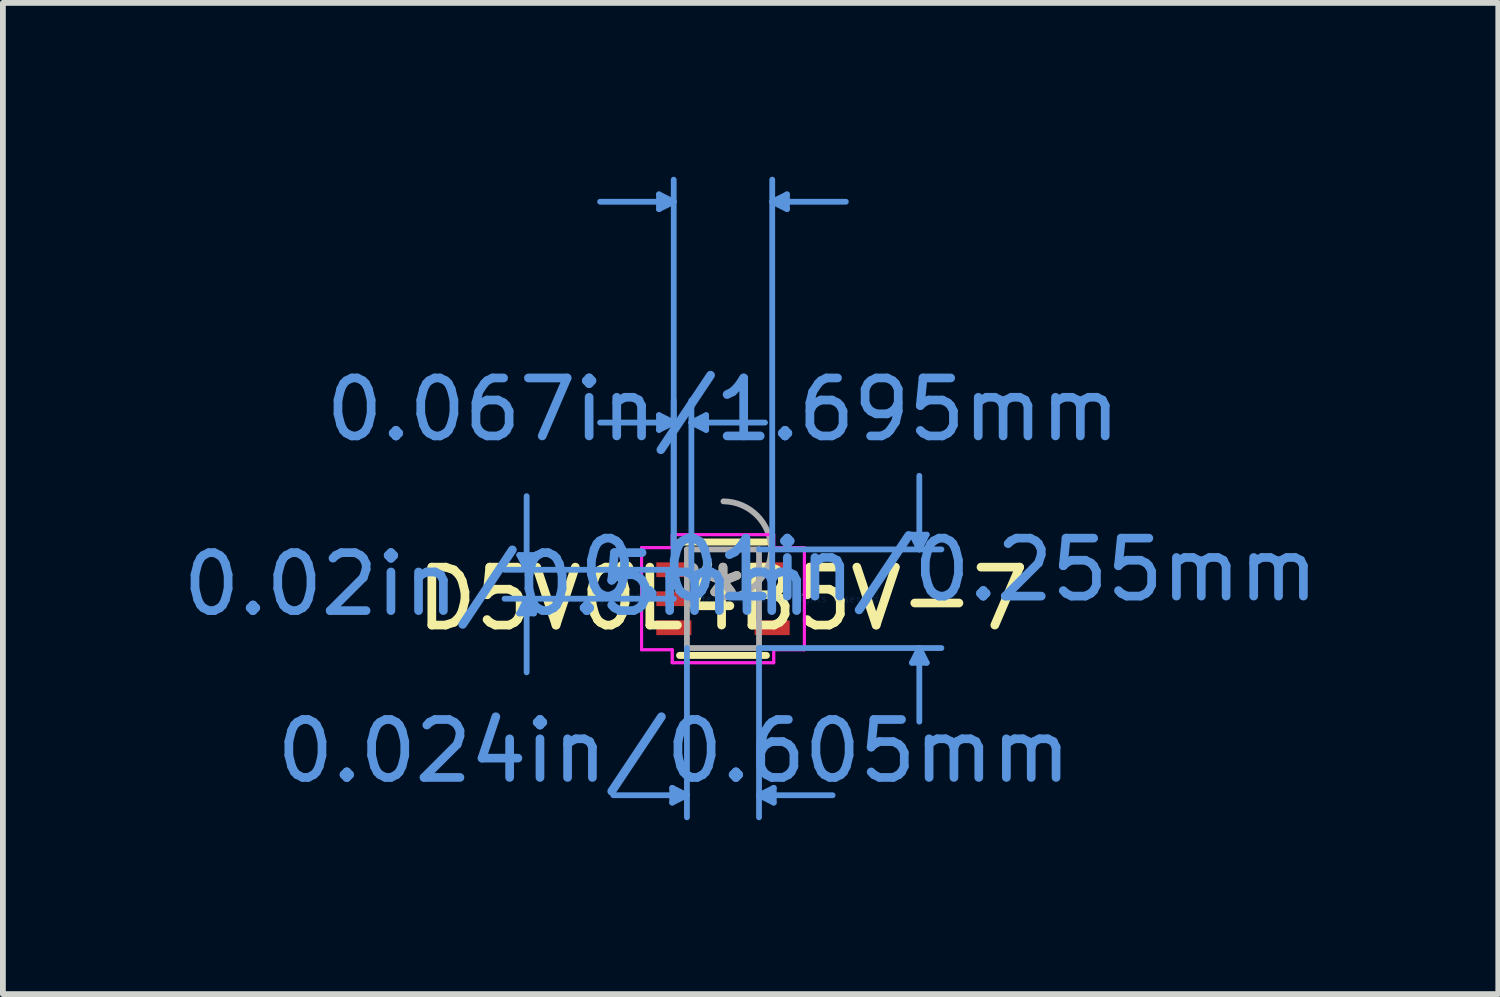
<source format=kicad_pcb>
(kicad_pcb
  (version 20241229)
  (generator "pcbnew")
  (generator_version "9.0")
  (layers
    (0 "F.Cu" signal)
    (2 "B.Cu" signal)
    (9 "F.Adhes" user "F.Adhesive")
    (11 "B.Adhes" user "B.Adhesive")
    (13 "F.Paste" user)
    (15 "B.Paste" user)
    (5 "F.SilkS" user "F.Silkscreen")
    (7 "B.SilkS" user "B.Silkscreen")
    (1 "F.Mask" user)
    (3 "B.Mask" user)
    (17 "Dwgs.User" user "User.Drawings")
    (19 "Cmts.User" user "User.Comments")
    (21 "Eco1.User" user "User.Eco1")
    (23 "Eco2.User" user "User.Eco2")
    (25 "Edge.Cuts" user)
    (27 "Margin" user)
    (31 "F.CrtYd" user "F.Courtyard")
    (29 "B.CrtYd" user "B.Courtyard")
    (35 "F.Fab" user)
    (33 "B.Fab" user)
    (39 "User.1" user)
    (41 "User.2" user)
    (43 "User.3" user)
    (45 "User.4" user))
  (footprint "D5V0L4B5V-7"
    (layer "F.Cu")
    (at 9.425 7.281)
    (property "Reference" "D5V0L4B5V-7" (at 0 0 0) (layer "F.SilkS") (effects (font (size 1 1) (thickness 0.15))))
    (attr through_hole)
    (fp_line (start -0.749 0.978) (end 0.749 0.978) (stroke (width 0.12) (type solid)) (layer "F.SilkS"))
    (fp_line (start 0.749 -0.978) (end -0.749 -0.978) (stroke (width 0.12) (type solid)) (layer "F.SilkS"))
    (fp_circle (center -1.701 -0.5) (end -1.599 -0.5) (stroke (width 0.12) (type solid)) (fill no) (layer "F.SilkS"))
    (fp_line (start -3.515 -0.754) (end -3.261 -0.754) (stroke (width 0.1) (type solid)) (layer "Cmts.User"))
    (fp_line (start -3.515 0.254) (end -3.261 0.254) (stroke (width 0.1) (type solid)) (layer "Cmts.User"))
    (fp_line (start -3.388 -0.5) (end -3.515 -0.754) (stroke (width 0.1) (type solid)) (layer "Cmts.User"))
    (fp_line (start -3.388 -0.5) (end -3.388 -1.77) (stroke (width 0.1) (type solid)) (layer "Cmts.User"))
    (fp_line (start -3.388 -0.5) (end -3.261 -0.754) (stroke (width 0.1) (type solid)) (layer "Cmts.User"))
    (fp_line (start -3.388 0) (end -3.515 0.254) (stroke (width 0.1) (type solid)) (layer "Cmts.User"))
    (fp_line (start -3.388 0) (end -3.388 1.27) (stroke (width 0.1) (type solid)) (layer "Cmts.User"))
    (fp_line (start -3.388 0) (end -3.261 0.254) (stroke (width 0.1) (type solid)) (layer "Cmts.User"))
    (fp_line (start -1.104 -6.977) (end -1.104 -6.723) (stroke (width 0.1) (type solid)) (layer "Cmts.User"))
    (fp_line (start -1.104 -3.167) (end -1.104 -2.913) (stroke (width 0.1) (type solid)) (layer "Cmts.User"))
    (fp_line (start -0.876 3.264) (end -0.876 3.518) (stroke (width 0.1) (type solid)) (layer "Cmts.User"))
    (fp_line (start -0.85 -6.85) (end -2.12 -6.85) (stroke (width 0.1) (type solid)) (layer "Cmts.User"))
    (fp_line (start -0.85 -6.85) (end -1.104 -6.977) (stroke (width 0.1) (type solid)) (layer "Cmts.User"))
    (fp_line (start -0.85 -6.85) (end -1.104 -6.723) (stroke (width 0.1) (type solid)) (layer "Cmts.User"))
    (fp_line (start -0.85 -3.04) (end -2.12 -3.04) (stroke (width 0.1) (type solid)) (layer "Cmts.User"))
    (fp_line (start -0.85 -3.04) (end -1.104 -3.167) (stroke (width 0.1) (type solid)) (layer "Cmts.User"))
    (fp_line (start -0.85 -3.04) (end -1.104 -2.913) (stroke (width 0.1) (type solid)) (layer "Cmts.User"))
    (fp_line (start -0.85 -0.5) (end -0.85 -7.231) (stroke (width 0.1) (type solid)) (layer "Cmts.User"))
    (fp_line (start -0.85 -0.5) (end -0.85 -3.421) (stroke (width 0.1) (type solid)) (layer "Cmts.User"))
    (fp_line (start -0.848 -0.5) (end -3.769 -0.5) (stroke (width 0.1) (type solid)) (layer "Cmts.User"))
    (fp_line (start -0.848 0) (end -3.769 0) (stroke (width 0.1) (type solid)) (layer "Cmts.User"))
    (fp_line (start -0.622 0.851) (end -0.622 3.772) (stroke (width 0.1) (type solid)) (layer "Cmts.User"))
    (fp_line (start -0.622 3.391) (end -1.892 3.391) (stroke (width 0.1) (type solid)) (layer "Cmts.User"))
    (fp_line (start -0.622 3.391) (end -0.876 3.264) (stroke (width 0.1) (type solid)) (layer "Cmts.User"))
    (fp_line (start -0.622 3.391) (end -0.876 3.518) (stroke (width 0.1) (type solid)) (layer "Cmts.User"))
    (fp_line (start -0.545 -3.04) (end -0.291 -3.167) (stroke (width 0.1) (type solid)) (layer "Cmts.User"))
    (fp_line (start -0.545 -3.04) (end -0.291 -2.913) (stroke (width 0.1) (type solid)) (layer "Cmts.User"))
    (fp_line (start -0.545 -3.04) (end 0.725 -3.04) (stroke (width 0.1) (type solid)) (layer "Cmts.User"))
    (fp_line (start -0.545 -0.5) (end -0.545 -3.421) (stroke (width 0.1) (type solid)) (layer "Cmts.User"))
    (fp_line (start -0.291 -3.167) (end -0.291 -2.913) (stroke (width 0.1) (type solid)) (layer "Cmts.User"))
    (fp_line (start 0.622 -0.851) (end 3.769 -0.851) (stroke (width 0.1) (type solid)) (layer "Cmts.User"))
    (fp_line (start 0.622 0.851) (end 0.622 3.772) (stroke (width 0.1) (type solid)) (layer "Cmts.User"))
    (fp_line (start 0.622 0.851) (end 3.769 0.851) (stroke (width 0.1) (type solid)) (layer "Cmts.User"))
    (fp_line (start 0.622 3.391) (end 0.876 3.264) (stroke (width 0.1) (type solid)) (layer "Cmts.User"))
    (fp_line (start 0.622 3.391) (end 0.876 3.518) (stroke (width 0.1) (type solid)) (layer "Cmts.User"))
    (fp_line (start 0.622 3.391) (end 1.892 3.391) (stroke (width 0.1) (type solid)) (layer "Cmts.User"))
    (fp_line (start 0.85 -6.85) (end 1.104 -6.977) (stroke (width 0.1) (type solid)) (layer "Cmts.User"))
    (fp_line (start 0.85 -6.85) (end 1.104 -6.723) (stroke (width 0.1) (type solid)) (layer "Cmts.User"))
    (fp_line (start 0.85 -6.85) (end 2.12 -6.85) (stroke (width 0.1) (type solid)) (layer "Cmts.User"))
    (fp_line (start 0.85 -0.5) (end 0.85 -7.231) (stroke (width 0.1) (type solid)) (layer "Cmts.User"))
    (fp_line (start 0.876 3.264) (end 0.876 3.518) (stroke (width 0.1) (type solid)) (layer "Cmts.User"))
    (fp_line (start 1.104 -6.977) (end 1.104 -6.723) (stroke (width 0.1) (type solid)) (layer "Cmts.User"))
    (fp_line (start 3.261 -1.105) (end 3.515 -1.105) (stroke (width 0.1) (type solid)) (layer "Cmts.User"))
    (fp_line (start 3.261 1.105) (end 3.515 1.105) (stroke (width 0.1) (type solid)) (layer "Cmts.User"))
    (fp_line (start 3.388 -0.851) (end 3.261 -1.105) (stroke (width 0.1) (type solid)) (layer "Cmts.User"))
    (fp_line (start 3.388 -0.851) (end 3.388 -2.121) (stroke (width 0.1) (type solid)) (layer "Cmts.User"))
    (fp_line (start 3.388 -0.851) (end 3.515 -1.105) (stroke (width 0.1) (type solid)) (layer "Cmts.User"))
    (fp_line (start 3.388 0.851) (end 3.261 1.105) (stroke (width 0.1) (type solid)) (layer "Cmts.User"))
    (fp_line (start 3.388 0.851) (end 3.388 2.121) (stroke (width 0.1) (type solid)) (layer "Cmts.User"))
    (fp_line (start 3.388 0.851) (end 3.515 1.105) (stroke (width 0.1) (type solid)) (layer "Cmts.User"))
    (fp_line (start -1.404 -0.881) (end -0.876 -0.881) (stroke (width 0.05) (type solid)) (layer "F.CrtYd"))
    (fp_line (start -1.404 -0.881) (end -0.876 -0.881) (stroke (width 0.05) (type solid)) (layer "F.CrtYd"))
    (fp_line (start -1.404 0.881) (end -1.404 -0.881) (stroke (width 0.05) (type solid)) (layer "F.CrtYd"))
    (fp_line (start -1.404 0.881) (end -1.404 -0.881) (stroke (width 0.05) (type solid)) (layer "F.CrtYd"))
    (fp_line (start -1.404 0.881) (end -0.876 0.881) (stroke (width 0.05) (type solid)) (layer "F.CrtYd"))
    (fp_line (start -0.876 -1.105) (end 0.876 -1.105) (stroke (width 0.05) (type solid)) (layer "F.CrtYd"))
    (fp_line (start -0.876 -1.105) (end 0.876 -1.105) (stroke (width 0.05) (type solid)) (layer "F.CrtYd"))
    (fp_line (start -0.876 -0.881) (end -0.876 -1.105) (stroke (width 0.05) (type solid)) (layer "F.CrtYd"))
    (fp_line (start -0.876 -0.881) (end -0.876 -1.105) (stroke (width 0.05) (type solid)) (layer "F.CrtYd"))
    (fp_line (start -0.876 0.881) (end -1.404 0.881) (stroke (width 0.05) (type solid)) (layer "F.CrtYd"))
    (fp_line (start -0.876 1.105) (end -0.876 0.881) (stroke (width 0.05) (type solid)) (layer "F.CrtYd"))
    (fp_line (start -0.876 1.105) (end -0.876 0.881) (stroke (width 0.05) (type solid)) (layer "F.CrtYd"))
    (fp_line (start 0.876 -1.105) (end 0.876 -0.881) (stroke (width 0.05) (type solid)) (layer "F.CrtYd"))
    (fp_line (start 0.876 -1.105) (end 0.876 -0.881) (stroke (width 0.05) (type solid)) (layer "F.CrtYd"))
    (fp_line (start 0.876 -0.881) (end 1.404 -0.881) (stroke (width 0.05) (type solid)) (layer "F.CrtYd"))
    (fp_line (start 0.876 0.881) (end 0.876 1.105) (stroke (width 0.05) (type solid)) (layer "F.CrtYd"))
    (fp_line (start 0.876 0.881) (end 0.876 1.105) (stroke (width 0.05) (type solid)) (layer "F.CrtYd"))
    (fp_line (start 0.876 1.105) (end -0.876 1.105) (stroke (width 0.05) (type solid)) (layer "F.CrtYd"))
    (fp_line (start 0.876 1.105) (end -0.876 1.105) (stroke (width 0.05) (type solid)) (layer "F.CrtYd"))
    (fp_line (start 1.404 -0.881) (end 0.876 -0.881) (stroke (width 0.05) (type solid)) (layer "F.CrtYd"))
    (fp_line (start 1.404 -0.881) (end 1.404 0.881) (stroke (width 0.05) (type solid)) (layer "F.CrtYd"))
    (fp_line (start 1.404 -0.881) (end 1.404 0.881) (stroke (width 0.05) (type solid)) (layer "F.CrtYd"))
    (fp_line (start 1.404 0.881) (end 0.876 0.881) (stroke (width 0.05) (type solid)) (layer "F.CrtYd"))
    (fp_line (start 1.404 0.881) (end 0.876 0.881) (stroke (width 0.05) (type solid)) (layer "F.CrtYd"))
    (fp_line (start -0.622 -0.851) (end -0.622 0.851) (stroke (width 0.1) (type solid)) (layer "F.Fab"))
    (fp_line (start -0.622 0.851) (end 0.622 0.851) (stroke (width 0.1) (type solid)) (layer "F.Fab"))
    (fp_line (start 0.622 -0.851) (end -0.622 -0.851) (stroke (width 0.1) (type solid)) (layer "F.Fab"))
    (fp_line (start 0.622 0.851) (end 0.622 -0.851) (stroke (width 0.1) (type solid)) (layer "F.Fab"))
    (fp_arc (start 0.007742 -1.680187) (mid 0.829287 -0.843158) (end -0.007742 -0.021613) (stroke (width 0.1) (type solid)) (layer "F.Fab"))
    (fp_circle (center -0.545 -0.5) (end -0.469 -0.5) (stroke (width 0.1) (type solid)) (fill no) (layer "F.Fab"))
    (fp_text user "*" (at 0 0 0) (layer "F.SilkS") (effects (font (size 1 1) (thickness 0.15))))
    (fp_text user "0.01in/0.255mm" (at 3.896 -0.5 0) (layer "Cmts.User") (effects (font (size 1 1) (thickness 0.15))))
    (fp_text user "Copyright 2021 Accelerated Designs. All rights reserved." (at 0 0 0) (layer "Cmts.User") (effects (font (size 0.127 0.127) (thickness 0.002))))
    (fp_text user "0.02in/0.5mm" (at -3.896 -0.25 0) (layer "Cmts.User") (effects (font (size 1 1) (thickness 0.15))))
    (fp_text user "0.024in/0.605mm" (at -0.848 2.629 0) (layer "Cmts.User") (effects (font (size 1 1) (thickness 0.15))))
    (fp_text user "0.067in/1.695mm" (at 0 -3.264 0) (layer "Cmts.User") (effects (font (size 1 1) (thickness 0.15))))
    (fp_text user "*" (at 0 0 0) (layer "F.Fab") (effects (font (size 1 1) (thickness 0.15))))
    (pad "1" smd rect (at -0.848 -0.5) (size 0.605 0.255) (layers "F.Cu" "F.Mask" "F.Paste"))
    (pad "2" smd rect (at -0.848 0) (size 0.605 0.255) (layers "F.Cu" "F.Mask" "F.Paste"))
    (pad "3" smd rect (at -0.848 0.5) (size 0.605 0.255) (layers "F.Cu" "F.Mask" "F.Paste"))
    (pad "4" smd rect (at 0.848 0.5) (size 0.605 0.255) (layers "F.Cu" "F.Mask" "F.Paste"))
    (pad "5" smd rect (at 0.848 -0.5) (size 0.605 0.255) (layers "F.Cu" "F.Mask" "F.Paste")))
  (gr_rect
    (start -3 -3)
    (end 22.803 14.103)
    (stroke (width 0.1) (type default))
    (fill no)
    (layer "Edge.Cuts")))
</source>
